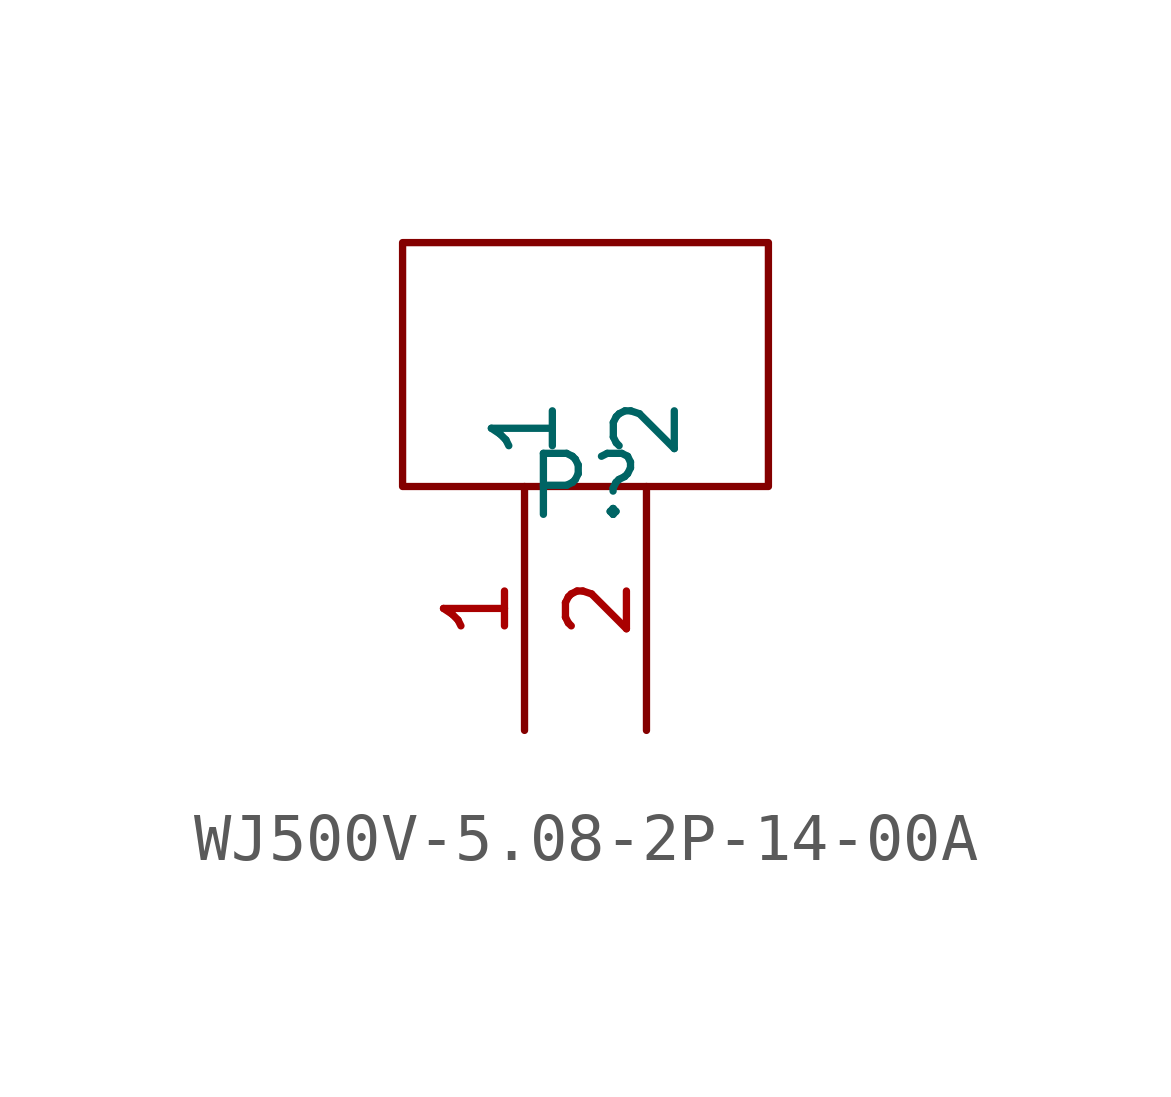
<source format=kicad_sym>
(kicad_symbol_lib
  (version 20241209)
  (generator "kicad_symbol_editor")
  (generator_version "9.0")
  (symbol "WJ500V-5.08-2P-14-00A"
    (property "Reference" "P"
      (at 0 0 0)
      (effects (font (size 1.27 1.27))))
    (property "Value" ""
      (at 0 0 0)
      (effects (font (size 1.27 1.27))))
    (symbol "WJ500V-5.08-2P-14-00A_1_0"
      (rectangle (start -3.81 0) (end 3.81 5.08) (stroke (width 0) (type default)) (fill (type none)))
      (pin unspecified line (at -1.27 -5.08 90) (length 5.08) (name "1" (effects (font (size 1.27 1.27)))) (number "1" (effects (font (size 1.27 1.27)))))
      (pin unspecified line (at 1.27 -5.08 90) (length 5.08) (name "2" (effects (font (size 1.27 1.27)))) (number "2" (effects (font (size 1.27 1.27))))))))
</source>
